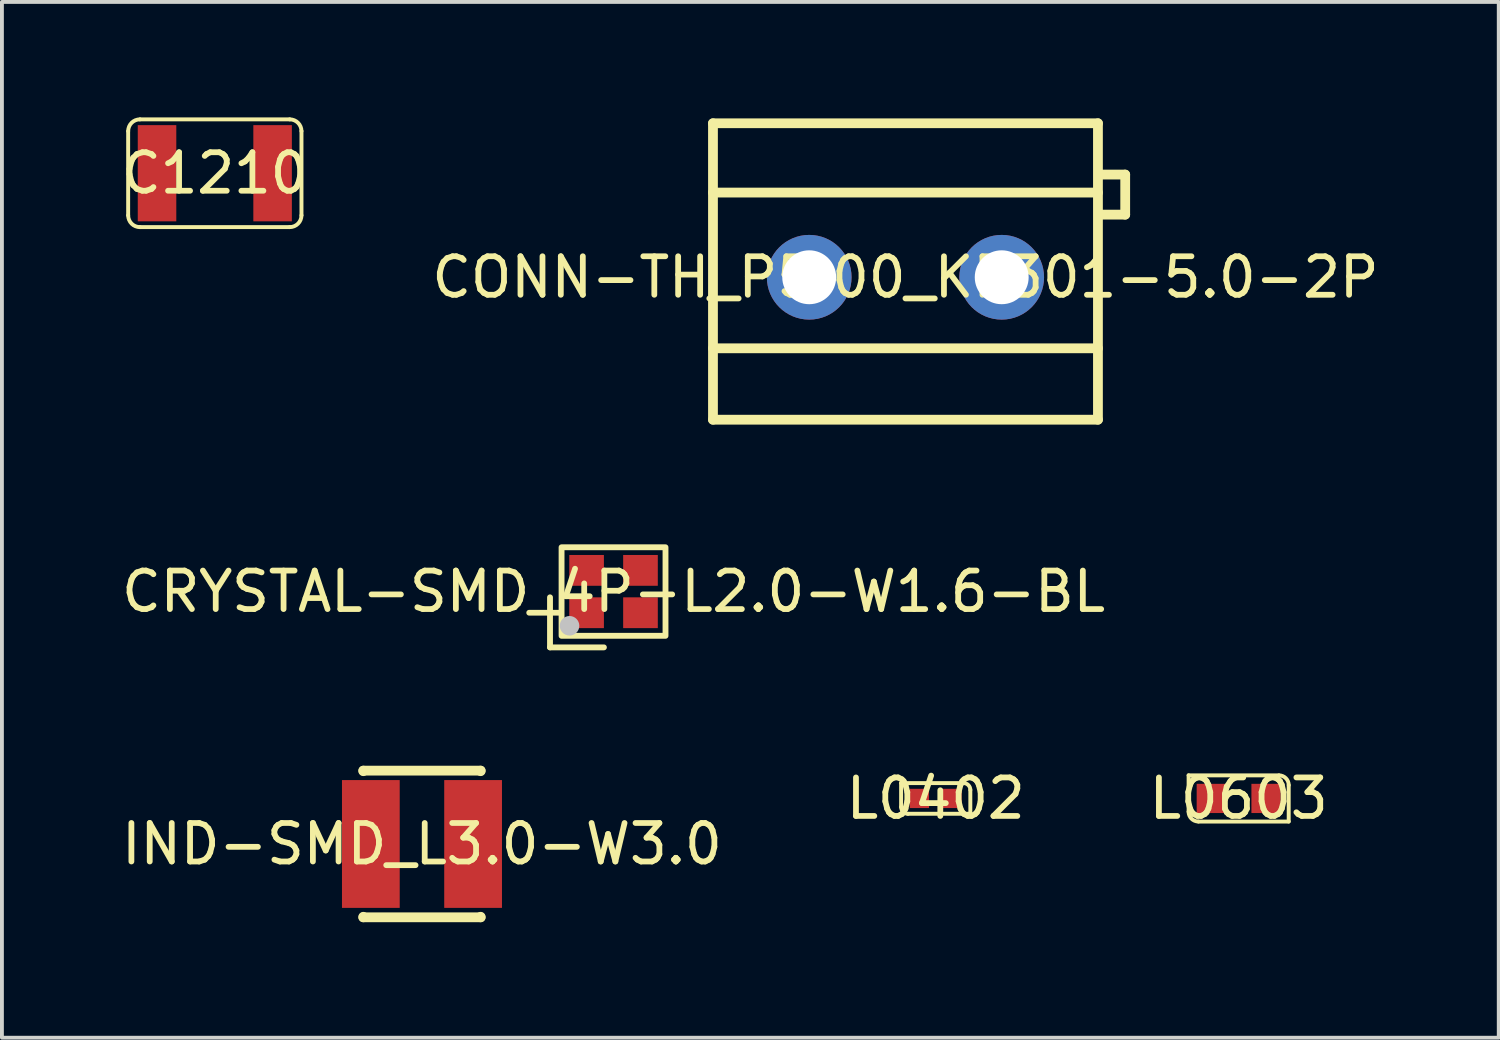
<source format=kicad_pcb>
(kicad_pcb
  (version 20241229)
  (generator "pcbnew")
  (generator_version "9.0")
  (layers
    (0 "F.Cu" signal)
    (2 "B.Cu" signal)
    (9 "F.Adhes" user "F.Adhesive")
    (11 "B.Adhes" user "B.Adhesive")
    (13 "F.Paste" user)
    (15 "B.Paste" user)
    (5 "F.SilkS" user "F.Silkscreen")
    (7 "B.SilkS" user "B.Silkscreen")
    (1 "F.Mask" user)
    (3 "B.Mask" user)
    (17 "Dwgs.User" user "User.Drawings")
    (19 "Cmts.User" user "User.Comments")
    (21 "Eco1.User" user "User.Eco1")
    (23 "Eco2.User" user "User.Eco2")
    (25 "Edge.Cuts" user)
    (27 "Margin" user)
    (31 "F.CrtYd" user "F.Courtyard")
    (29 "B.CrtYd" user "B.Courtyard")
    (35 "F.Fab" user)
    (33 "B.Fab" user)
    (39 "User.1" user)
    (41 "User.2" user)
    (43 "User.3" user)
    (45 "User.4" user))
  (footprint "CRYSTAL-SMD_4P-L2.0-W1.6-BL"
    (layer "F.Cu")
    (at 12.887 12.316)
    (property "Reference" "CRYSTAL-SMD_4P-L2.0-W1.6-BL" (at 0 0 0) (layer "F.SilkS") (effects (font (size 1 1) (thickness 0.15))))
    (fp_line (start -1.65 0.15) (end -1.65 1.45) (stroke (width 0.152) (type default)) (layer "F.SilkS"))
    (fp_line (start -1.65 1.45) (end -0.25 1.45) (stroke (width 0.152) (type default)) (layer "F.SilkS"))
    (fp_rect (start -1.35 -1.15) (end 1.35 1.15) (stroke (width 0.152) (type default)) (fill no) (layer "F.SilkS"))
    (fp_circle (center -1.143 0.889) (end -1.016 0.889) (stroke (width 0.254) (type default)) (fill no) (layer "Dwgs.User"))
    (fp_poly (pts (xy -0.95 -0.275) (xy -0.95 -0.75) (xy -0.375 -0.75) (xy -0.375 -0.275)) (stroke (width 0.1) (type default)) (fill no) (layer "User.1"))
    (fp_poly (pts (xy -0.95 0.75) (xy -0.95 0.275) (xy -0.375 0.275) (xy -0.375 0.75)) (stroke (width 0.1) (type default)) (fill no) (layer "User.1"))
    (fp_poly (pts (xy 0.95 -0.75) (xy 0.95 -0.275) (xy 0.375 -0.275) (xy 0.375 -0.75)) (stroke (width 0.1) (type default)) (fill no) (layer "User.1"))
    (fp_poly (pts (xy 0.95 0.275) (xy 0.95 0.75) (xy 0.375 0.75) (xy 0.375 0.275)) (stroke (width 0.1) (type default)) (fill no) (layer "User.1"))
    (fp_line (start -1 -0.8) (end 1 -0.8) (stroke (width 0.051) (type default)) (layer "User.2"))
    (fp_line (start -1 0.8) (end -1 -0.8) (stroke (width 0.051) (type default)) (layer "User.2"))
    (fp_line (start 1 -0.8) (end 1 0.8) (stroke (width 0.051) (type default)) (layer "User.2"))
    (fp_line (start 1 0.8) (end -1 0.8) (stroke (width 0.051) (type default)) (layer "User.2"))
    (fp_poly (pts (xy -0.94 0.8) (xy -0.958 0.758) (xy -1 0.74) (xy -1.042 0.758) (xy -1.06 0.8) (xy -1.042 0.842) (xy -1 0.86) (xy -0.958 0.842)) (stroke (width 0.1) (type default)) (fill no) (layer "User.3"))
    (pad "1" smd rect (at -0.7 0.55) (size 0.9 0.8) (layers "F.Cu" "F.Mask" "F.Paste"))
    (pad "2" smd rect (at 0.7 0.55) (size 0.9 0.8) (layers "F.Cu" "F.Mask" "F.Paste"))
    (pad "3" smd rect (at 0.7 -0.55) (size 0.9 0.8) (layers "F.Cu" "F.Mask" "F.Paste"))
    (pad "4" smd rect (at -0.7 -0.55) (size 0.9 0.8) (layers "F.Cu" "F.Mask" "F.Paste")))
  (footprint "L0402"
    (layer "F.Cu")
    (at 21.256 17.69)
    (property "Reference" "L0402" (at 0 0 0) (layer "F.SilkS") (effects (font (size 1 1) (thickness 0.15))))
    (fp_line (start -0.899 -0.399) (end -0.899 0.221) (stroke (width 0.102) (type default)) (layer "F.SilkS"))
    (fp_line (start -0.899 -0.399) (end 0.722 -0.399) (stroke (width 0.102) (type default)) (layer "F.SilkS"))
    (fp_line (start -0.722 0.399) (end 0.899 0.399) (stroke (width 0.102) (type default)) (layer "F.SilkS"))
    (fp_line (start 0.899 -0.221) (end 0.899 0.399) (stroke (width 0.102) (type default)) (layer "F.SilkS"))
    (fp_arc (start -0.7215 0.399) (mid -0.847512 0.347011) (end -0.899 0.221) (stroke (width 0.1015) (type default)) (layer "F.SilkS"))
    (fp_arc (start 0.7215 -0.399) (mid 0.847512 -0.347011) (end 0.899 -0.221) (stroke (width 0.1015) (type default)) (layer "F.SilkS"))
    (fp_line (start -0.899 -0.399) (end -0.899 0.399) (stroke (width 0.025) (type default)) (layer "User.1"))
    (fp_line (start -0.899 -0.399) (end 0.899 -0.399) (stroke (width 0.025) (type default)) (layer "User.1"))
    (fp_line (start -0.899 0.399) (end 0.899 0.399) (stroke (width 0.025) (type default)) (layer "User.1"))
    (fp_line (start 0.899 -0.399) (end 0.899 0.399) (stroke (width 0.025) (type default)) (layer "User.1"))
    (fp_poly (pts (xy 0.899 -0.399) (xy -0.899 -0.399) (xy -0.899 0.399) (xy 0.899 0.399)) (stroke (width 0.1) (type default)) (fill no) (layer "User.1"))
    (fp_poly (pts (xy 0.899 -0.399) (xy -0.899 -0.399) (xy -0.899 0.399) (xy 0.899 0.399)) (stroke (width 0.1) (type default)) (fill no) (layer "User.1"))
    (pad "1" smd rect (at 0.424 0) (size 0.5 0.5) (layers "F.Cu" "F.Mask" "F.Paste"))
    (pad "2" smd rect (at -0.424 0) (size 0.5 0.5) (layers "F.Cu" "F.Mask" "F.Paste")))
  (footprint "IND-SMD_L3.0-W3.0"
    (layer "F.Cu")
    (at 7.911 18.873)
    (property "Reference" "IND-SMD_L3.0-W3.0" (at 0 0 0) (layer "F.SilkS") (effects (font (size 1 1) (thickness 0.15))))
    (fp_line (start -1.524 -1.905) (end 1.524 -1.905) (stroke (width 0.254) (type default)) (layer "F.SilkS"))
    (fp_line (start -1.524 -1.891) (end -1.524 -1.905) (stroke (width 0.254) (type default)) (layer "F.SilkS"))
    (fp_line (start -1.524 1.905) (end -1.524 1.891) (stroke (width 0.254) (type default)) (layer "F.SilkS"))
    (fp_line (start -1.524 1.905) (end 1.524 1.905) (stroke (width 0.254) (type default)) (layer "F.SilkS"))
    (fp_line (start 1.524 -1.905) (end 1.524 -1.891) (stroke (width 0.254) (type default)) (layer "F.SilkS"))
    (fp_line (start 1.524 1.891) (end 1.524 1.905) (stroke (width 0.254) (type default)) (layer "F.SilkS"))
    (fp_poly (pts (xy -1.5 1.45) (xy -1.5 -1.45) (xy -0.75 -1.45) (xy -0.75 1.45)) (stroke (width 0.1) (type default)) (fill no) (layer "User.1"))
    (fp_poly (pts (xy 1.5 1.45) (xy 1.5 -1.45) (xy 0.75 -1.45) (xy 0.75 1.45)) (stroke (width 0.1) (type default)) (fill no) (layer "User.1"))
    (fp_line (start -1.5 -1.5) (end 1.5 -1.5) (stroke (width 0.051) (type default)) (layer "User.2"))
    (fp_line (start -1.5 1.5) (end -1.5 -1.5) (stroke (width 0.051) (type default)) (layer "User.2"))
    (fp_line (start 1.5 -1.5) (end 1.5 1.5) (stroke (width 0.051) (type default)) (layer "User.2"))
    (fp_line (start 1.5 1.5) (end -1.5 1.5) (stroke (width 0.051) (type default)) (layer "User.2"))
    (fp_poly (pts (xy -1.44 1.5) (xy -1.458 1.458) (xy -1.5 1.44) (xy -1.542 1.458) (xy -1.56 1.5) (xy -1.542 1.542) (xy -1.5 1.56) (xy -1.458 1.542)) (stroke (width 0.1) (type default)) (fill no) (layer "User.3"))
    (pad "1" smd rect (at 1.328 0) (size 1.5 3.32) (layers "F.Cu" "F.Mask" "F.Paste"))
    (pad "2" smd rect (at -1.328 0) (size 1.5 3.32) (layers "F.Cu" "F.Mask" "F.Paste")))
  (footprint "L0603"
    (layer "F.Cu")
    (at 29.125 17.69)
    (property "Reference" "L0603" (at 0 0 0) (layer "F.SilkS") (effects (font (size 1 1) (thickness 0.15))))
    (fp_line (start -1.3 -0.6) (end 1.046 -0.6) (stroke (width 0.102) (type default)) (layer "F.SilkS"))
    (fp_line (start -1.3 0.345) (end -1.3 -0.6) (stroke (width 0.102) (type default)) (layer "F.SilkS"))
    (fp_line (start -1.046 0.6) (end 1.3 0.6) (stroke (width 0.102) (type default)) (layer "F.SilkS"))
    (fp_line (start 1.3 0.6) (end 1.3 -0.345) (stroke (width 0.102) (type default)) (layer "F.SilkS"))
    (fp_arc (start -1.0465 0.5995) (mid -1.226105 0.525105) (end -1.3005 0.3455) (stroke (width 0.1015) (type default)) (layer "F.SilkS"))
    (fp_arc (start 1.0465 -0.5995) (mid 1.226105 -0.525105) (end 1.3005 -0.3455) (stroke (width 0.1015) (type default)) (layer "F.SilkS"))
    (fp_line (start -1.3 -0.6) (end 1.3 -0.6) (stroke (width 0.025) (type default)) (layer "User.1"))
    (fp_line (start -1.3 0.6) (end -1.3 -0.6) (stroke (width 0.025) (type default)) (layer "User.1"))
    (fp_line (start -1.3 0.6) (end 1.3 0.6) (stroke (width 0.025) (type default)) (layer "User.1"))
    (fp_line (start 1.3 0.6) (end 1.3 -0.6) (stroke (width 0.025) (type default)) (layer "User.1"))
    (fp_poly (pts (xy -1.3 0.6) (xy -1.3 -0.6) (xy 1.3 -0.6) (xy 1.3 0.6)) (stroke (width 0.1) (type default)) (fill no) (layer "User.1"))
    (fp_poly (pts (xy -1.3 0.6) (xy -1.3 -0.6) (xy 1.3 -0.6) (xy 1.3 0.6)) (stroke (width 0.1) (type default)) (fill no) (layer "User.1"))
    (pad "1" smd rect (at -0.711 0) (size 0.759 0.759) (layers "F.Cu" "F.Mask" "F.Paste"))
    (pad "2" smd rect (at 0.711 0) (size 0.759 0.759) (layers "F.Cu" "F.Mask" "F.Paste")))
  (footprint "C1210"
    (layer "F.Cu")
    (at 2.53 1.45)
    (property "Reference" "C1210" (at 0 0 0) (layer "F.SilkS") (effects (font (size 1 1) (thickness 0.15))))
    (fp_line (start -2.251 1.095) (end -2.251 -1.095) (stroke (width 0.102) (type default)) (layer "F.SilkS"))
    (fp_line (start 1.946 -1.399) (end -1.946 -1.399) (stroke (width 0.102) (type default)) (layer "F.SilkS"))
    (fp_line (start 1.946 1.399) (end -1.946 1.399) (stroke (width 0.102) (type default)) (layer "F.SilkS"))
    (fp_line (start 2.251 1.095) (end 2.251 -1.095) (stroke (width 0.102) (type default)) (layer "F.SilkS"))
    (fp_arc (start -2.2505 -1.0945) (mid -2.161168 -1.310168) (end -1.9455 -1.3995) (stroke (width 0.1015) (type default)) (layer "F.SilkS"))
    (fp_arc (start -1.9455 1.3995) (mid -2.161168 1.310168) (end -2.2505 1.0945) (stroke (width 0.1015) (type default)) (layer "F.SilkS"))
    (fp_arc (start 1.9455 -1.3995) (mid 2.161168 -1.310168) (end 2.2505 -1.0945) (stroke (width 0.1015) (type default)) (layer "F.SilkS"))
    (fp_arc (start 2.2505 1.0945) (mid 2.161168 1.310168) (end 1.9455 1.3995) (stroke (width 0.1015) (type default)) (layer "F.SilkS"))
    (fp_poly (pts (xy -2.002 1.25) (xy -2.002 -1.25) (xy -1.341 -1.25) (xy -1.001 -0.414) (xy -1.001 0.414) (xy -1.341 1.25)) (stroke (width 0) (type default)) (fill yes) (layer "F.Paste"))
    (fp_poly (pts (xy 2.002 -1.25) (xy 2.002 1.25) (xy 1.341 1.25) (xy 1.001 0.414) (xy 1.001 -0.414) (xy 1.341 -1.25)) (stroke (width 0) (type default)) (fill yes) (layer "F.Paste"))
    (fp_line (start -2.251 1.399) (end -2.251 -1.399) (stroke (width 0.025) (type default)) (layer "User.1"))
    (fp_line (start 2.251 -1.399) (end -2.251 -1.399) (stroke (width 0.025) (type default)) (layer "User.1"))
    (fp_line (start 2.251 1.399) (end -2.251 1.399) (stroke (width 0.025) (type default)) (layer "User.1"))
    (fp_line (start 2.251 1.399) (end 2.251 -1.399) (stroke (width 0.025) (type default)) (layer "User.1"))
    (fp_poly (pts (xy -2.251 1.399) (xy -2.251 -1.399) (xy 2.251 -1.399) (xy 2.251 1.399)) (stroke (width 0.1) (type default)) (fill no) (layer "User.1"))
    (fp_poly (pts (xy -2.251 1.399) (xy -2.251 -1.399) (xy 2.251 -1.399) (xy 2.251 1.399)) (stroke (width 0.1) (type default)) (fill no) (layer "User.1"))
    (pad "1" smd rect (at -1.501 0 90) (size 2.499 1.001) (layers "F.Cu" "F.Mask" "F.Paste"))
    (pad "2" smd rect (at 1.501 0 90) (size 2.499 1.001) (layers "F.Cu" "F.Mask" "F.Paste")))
  (footprint "CONN-TH_P5.00_KF301-5.0-2P"
    (layer "F.Cu")
    (at 20.47 4.152)
    (property "Reference" "CONN-TH_P5.00_KF301-5.0-2P" (at 0 0 0) (layer "F.SilkS") (effects (font (size 1 1) (thickness 0.15))))
    (fp_line (start -5 -4) (end -5 3.7) (stroke (width 0.254) (type default)) (layer "F.SilkS"))
    (fp_line (start -5 -4) (end 5 -4) (stroke (width 0.254) (type default)) (layer "F.SilkS"))
    (fp_line (start -5 -2.2) (end 5 -2.2) (stroke (width 0.254) (type default)) (layer "F.SilkS"))
    (fp_line (start -5 1.845) (end 5 1.845) (stroke (width 0.254) (type default)) (layer "F.SilkS"))
    (fp_line (start -5 3.7) (end 5 3.7) (stroke (width 0.254) (type default)) (layer "F.SilkS"))
    (fp_line (start 5 -4) (end 5 3.7) (stroke (width 0.254) (type default)) (layer "F.SilkS"))
    (fp_line (start 5.08 -2.667) (end 5.708 -2.667) (stroke (width 0.254) (type default)) (layer "F.SilkS"))
    (fp_line (start 5.708 -2.667) (end 5.708 -1.627) (stroke (width 0.254) (type default)) (layer "F.SilkS"))
    (fp_line (start 5.708 -1.627) (end 5.08 -1.627) (stroke (width 0.254) (type default)) (layer "F.SilkS"))
    (fp_poly (pts (xy -1.9 0) (xy -1.92 -0.155) (xy -1.98 -0.3) (xy -2.076 -0.424) (xy -2.2 -0.52) (xy -2.345 -0.58) (xy -2.5 -0.6) (xy -2.655 -0.58) (xy -2.8 -0.52) (xy -2.924 -0.424) (xy -3.02 -0.3) (xy -3.08 -0.155) (xy -3.1 0) (xy -3.08 0.155) (xy -3.02 0.3) (xy -2.924 0.424) (xy -2.8 0.52) (xy -2.655 0.58) (xy -2.5 0.6) (xy -2.345 0.58) (xy -2.2 0.52) (xy -2.076 0.424) (xy -1.98 0.3) (xy -1.92 0.155)) (stroke (width 0.1) (type default)) (fill no) (layer "User.1"))
    (fp_poly (pts (xy 3.1 0) (xy 3.08 -0.155) (xy 3.02 -0.3) (xy 2.924 -0.424) (xy 2.8 -0.52) (xy 2.655 -0.58) (xy 2.5 -0.6) (xy 2.345 -0.58) (xy 2.2 -0.52) (xy 2.076 -0.424) (xy 1.98 -0.3) (xy 1.92 -0.155) (xy 1.9 0) (xy 1.92 0.155) (xy 1.98 0.3) (xy 2.076 0.424) (xy 2.2 0.52) (xy 2.345 0.58) (xy 2.5 0.6) (xy 2.655 0.58) (xy 2.8 0.52) (xy 2.924 0.424) (xy 3.02 0.3) (xy 3.08 0.155)) (stroke (width 0.1) (type default)) (fill no) (layer "User.1"))
    (fp_line (start -5.127 -4.127) (end 5.835 -4.127) (stroke (width 0.051) (type default)) (layer "User.2"))
    (fp_line (start -5.127 3.827) (end -5.127 -4.127) (stroke (width 0.051) (type default)) (layer "User.2"))
    (fp_line (start 5.835 -4.127) (end 5.835 3.827) (stroke (width 0.051) (type default)) (layer "User.2"))
    (fp_line (start 5.835 3.827) (end -5.127 3.827) (stroke (width 0.051) (type default)) (layer "User.2"))
    (fp_poly (pts (xy -5.067 3.827) (xy -5.085 3.785) (xy -5.127 3.767) (xy -5.169 3.785) (xy -5.187 3.827) (xy -5.169 3.869) (xy -5.127 3.887) (xy -5.085 3.869)) (stroke (width 0.1) (type default)) (fill no) (layer "User.3"))
    (pad "1" thru_hole circle (at -2.5 0) (size 2.2 2.2) (drill 1.4) (layers "*.Cu" "*.Mask"))
    (pad "2" thru_hole circle (at 2.5 0) (size 2.2 2.2) (drill 1.4) (layers "*.Cu" "*.Mask")))
  (gr_rect
    (start -3 -3)
    (end 35.881 23.905)
    (stroke (width 0.1) (type default))
    (fill no)
    (layer "Edge.Cuts")))
</source>
